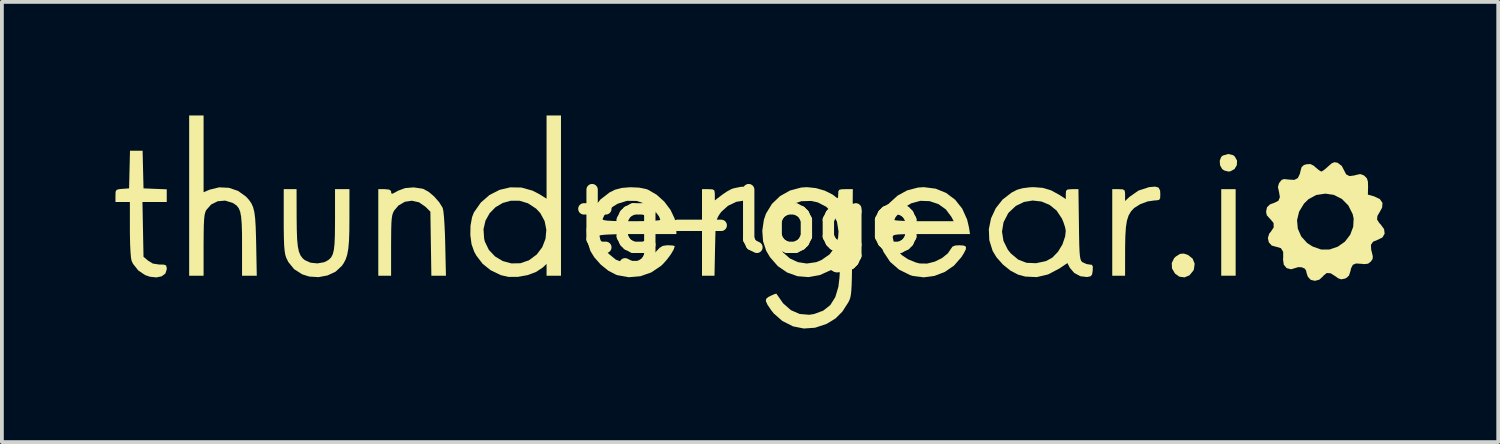
<source format=kicad_pcb>
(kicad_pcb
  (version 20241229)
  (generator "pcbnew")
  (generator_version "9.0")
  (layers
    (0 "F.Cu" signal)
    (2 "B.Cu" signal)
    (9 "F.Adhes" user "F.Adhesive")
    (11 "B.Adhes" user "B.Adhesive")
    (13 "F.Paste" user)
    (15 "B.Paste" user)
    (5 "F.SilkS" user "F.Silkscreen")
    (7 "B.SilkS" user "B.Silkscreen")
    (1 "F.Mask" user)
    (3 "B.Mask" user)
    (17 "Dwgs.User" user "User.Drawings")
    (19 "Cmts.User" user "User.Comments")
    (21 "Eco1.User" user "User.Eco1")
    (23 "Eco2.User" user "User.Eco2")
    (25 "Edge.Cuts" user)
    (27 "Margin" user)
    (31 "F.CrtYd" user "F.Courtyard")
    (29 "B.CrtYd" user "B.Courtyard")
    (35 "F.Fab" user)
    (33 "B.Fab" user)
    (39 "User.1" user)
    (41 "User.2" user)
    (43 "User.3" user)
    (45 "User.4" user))
  (footprint "tg-logo"
    (layer "F.Cu")
    (at 16.764 2.794)
    (property "Reference" "tg-logo" (at 0 0 0) (layer "F.SilkS") (effects (font (size 1.524 1.524) (thickness 0.3))))
    (attr board_only exclude_from_pos_files exclude_from_bom)
    (fp_poly (pts (xy 12.827 1.439) (xy 12.446 1.439) (xy 12.446 -0.847) (xy 12.827 -0.847)) (stroke (width 0) (type solid)) (fill yes) (layer "F.SilkS"))
    (fp_poly (pts (xy 12.76 -1.745) (xy 12.803 -1.711) (xy 12.864 -1.601) (xy 12.858 -1.481) (xy 12.797 -1.378) (xy 12.69 -1.319) (xy 12.636 -1.312) (xy 12.528 -1.34) (xy 12.47 -1.379) (xy 12.415 -1.479) (xy 12.407 -1.598) (xy 12.445 -1.699) (xy 12.486 -1.734) (xy 12.631 -1.776)) (stroke (width 0) (type solid)) (fill yes) (layer "F.SilkS"))
    (fp_poly (pts (xy 11.573 0.894) (xy 11.691 0.989) (xy 11.744 1.123) (xy 11.724 1.272) (xy 11.71 1.303) (xy 11.608 1.428) (xy 11.477 1.483) (xy 11.339 1.464) (xy 11.226 1.384) (xy 11.146 1.248) (xy 11.139 1.103) (xy 11.204 0.973) (xy 11.245 0.934) (xy 11.357 0.863) (xy 11.458 0.854)) (stroke (width 0) (type solid)) (fill yes) (layer "F.SilkS"))
    (fp_poly (pts (xy 10.792 -0.887) (xy 10.831 -0.81) (xy 10.837 -0.715) (xy 10.833 -0.609) (xy 10.803 -0.562) (xy 10.727 -0.551) (xy 10.688 -0.55) (xy 10.502 -0.523) (xy 10.308 -0.451) (xy 10.15 -0.352) (xy 10.145 -0.348) (xy 10.062 -0.259) (xy 10 -0.154) (xy 9.956 -0.019) (xy 9.928 0.159) (xy 9.913 0.393) (xy 9.907 0.697) (xy 9.907 0.751) (xy 9.906 1.439) (xy 9.567 1.439) (xy 9.567 -0.847) (xy 9.737 -0.847) (xy 9.845 -0.842) (xy 9.893 -0.814) (xy 9.906 -0.74) (xy 9.906 -0.691) (xy 9.906 -0.534) (xy 10.022 -0.643) (xy 10.259 -0.809) (xy 10.533 -0.898) (xy 10.554 -0.902) (xy 10.705 -0.914)) (stroke (width 0) (type solid)) (fill yes) (layer "F.SilkS"))
    (fp_poly (pts (xy -0.052 -0.904) (xy 0.012 -0.871) (xy 0.038 -0.799) (xy 0.042 -0.715) (xy 0.042 -0.55) (xy -0.135 -0.55) (xy -0.367 -0.512) (xy -0.584 -0.407) (xy -0.76 -0.249) (xy -0.797 -0.199) (xy -0.838 -0.134) (xy -0.868 -0.071) (xy -0.889 0.003) (xy -0.903 0.104) (xy -0.913 0.246) (xy -0.919 0.443) (xy -0.925 0.706) (xy -0.94 1.439) (xy -1.27 1.439) (xy -1.27 -0.847) (xy -1.101 -0.847) (xy -0.992 -0.842) (xy -0.944 -0.814) (xy -0.932 -0.742) (xy -0.931 -0.699) (xy -0.931 -0.551) (xy -0.738 -0.699) (xy -0.612 -0.785) (xy -0.496 -0.848) (xy -0.441 -0.868) (xy -0.316 -0.894) (xy -0.242 -0.909) (xy -0.12 -0.914)) (stroke (width 0) (type solid)) (fill yes) (layer "F.SilkS"))
    (fp_poly (pts (xy -16.023 -0.868) (xy -15.716 -0.855) (xy -15.409 -0.843) (xy -15.409 -0.508) (xy -16.051 -0.508) (xy -16.037 0.215) (xy -16.023 0.939) (xy -15.904 1.041) (xy -15.777 1.118) (xy -15.616 1.143) (xy -15.597 1.143) (xy -15.481 1.147) (xy -15.427 1.169) (xy -15.41 1.224) (xy -15.409 1.269) (xy -15.445 1.381) (xy -15.542 1.455) (xy -15.683 1.484) (xy -15.854 1.466) (xy -15.981 1.422) (xy -16.163 1.299) (xy -16.301 1.124) (xy -16.338 1.045) (xy -16.354 0.961) (xy -16.367 0.809) (xy -16.377 0.603) (xy -16.382 0.361) (xy -16.383 0.209) (xy -16.383 -0.508) (xy -16.764 -0.508) (xy -16.764 -0.675) (xy -16.76 -0.78) (xy -16.732 -0.83) (xy -16.656 -0.849) (xy -16.584 -0.855) (xy -16.404 -0.868) (xy -16.392 -1.365) (xy -16.38 -1.863) (xy -16.047 -1.863)) (stroke (width 0) (type solid)) (fill yes) (layer "F.SilkS"))
    (fp_poly (pts (xy -14.436 -0.766) (xy -14.277 -0.833) (xy -14.025 -0.895) (xy -13.767 -0.883) (xy -13.525 -0.801) (xy -13.319 -0.652) (xy -13.318 -0.652) (xy -13.237 -0.564) (xy -13.175 -0.475) (xy -13.129 -0.373) (xy -13.096 -0.245) (xy -13.074 -0.077) (xy -13.06 0.143) (xy -13.051 0.429) (xy -13.047 0.603) (xy -13.031 1.439) (xy -13.42 1.439) (xy -13.42 0.633) (xy -13.421 0.314) (xy -13.429 0.068) (xy -13.444 -0.116) (xy -13.469 -0.25) (xy -13.508 -0.345) (xy -13.562 -0.413) (xy -13.635 -0.465) (xy -13.672 -0.486) (xy -13.868 -0.545) (xy -14.063 -0.528) (xy -14.236 -0.442) (xy -14.366 -0.295) (xy -14.391 -0.239) (xy -14.41 -0.162) (xy -14.422 -0.051) (xy -14.43 0.107) (xy -14.434 0.325) (xy -14.436 0.614) (xy -14.436 0.631) (xy -14.436 1.439) (xy -14.817 1.439) (xy -14.817 -2.794) (xy -14.436 -2.794)) (stroke (width 0) (type solid)) (fill yes) (layer "F.SilkS"))
    (fp_poly (pts (xy -8.662 -0.861) (xy -8.624 -0.85) (xy -8.489 -0.776) (xy -8.344 -0.652) (xy -8.213 -0.503) (xy -8.122 -0.356) (xy -8.119 -0.347) (xy -8.102 -0.267) (xy -8.086 -0.115) (xy -8.072 0.095) (xy -8.06 0.35) (xy -8.053 0.603) (xy -8.034 1.439) (xy -8.419 1.439) (xy -8.432 0.593) (xy -8.445 -0.253) (xy -8.576 -0.383) (xy -8.746 -0.5) (xy -8.934 -0.542) (xy -9.121 -0.513) (xy -9.289 -0.415) (xy -9.4 -0.284) (xy -9.429 -0.228) (xy -9.451 -0.163) (xy -9.465 -0.075) (xy -9.475 0.05) (xy -9.48 0.225) (xy -9.482 0.462) (xy -9.483 0.646) (xy -9.483 1.439) (xy -9.821 1.439) (xy -9.821 -0.847) (xy -9.652 -0.847) (xy -9.534 -0.836) (xy -9.486 -0.801) (xy -9.483 -0.783) (xy -9.478 -0.736) (xy -9.45 -0.726) (xy -9.383 -0.758) (xy -9.299 -0.806) (xy -9.112 -0.875) (xy -8.888 -0.894)) (stroke (width 0) (type solid)) (fill yes) (layer "F.SilkS"))
    (fp_poly (pts (xy -11.978 -0.095) (xy -11.974 0.227) (xy -11.965 0.476) (xy -11.947 0.664) (xy -11.918 0.802) (xy -11.876 0.903) (xy -11.819 0.979) (xy -11.762 1.028) (xy -11.612 1.095) (xy -11.429 1.114) (xy -11.253 1.083) (xy -11.198 1.059) (xy -11.123 1.012) (xy -11.065 0.953) (xy -11.023 0.872) (xy -10.995 0.757) (xy -10.977 0.597) (xy -10.968 0.38) (xy -10.965 0.094) (xy -10.964 -0.04) (xy -10.964 -0.847) (xy -10.583 -0.847) (xy -10.584 -0.074) (xy -10.586 0.259) (xy -10.595 0.52) (xy -10.613 0.723) (xy -10.641 0.88) (xy -10.681 1.005) (xy -10.737 1.111) (xy -10.784 1.179) (xy -10.948 1.332) (xy -11.162 1.432) (xy -11.402 1.477) (xy -11.647 1.461) (xy -11.832 1.402) (xy -12.046 1.265) (xy -12.199 1.075) (xy -12.253 0.964) (xy -12.278 0.887) (xy -12.295 0.782) (xy -12.308 0.636) (xy -12.315 0.437) (xy -12.319 0.172) (xy -12.319 -0.02) (xy -12.319 -0.847) (xy -11.98 -0.847)) (stroke (width 0) (type solid)) (fill yes) (layer "F.SilkS"))
    (fp_poly (pts (xy -4.995 1.439) (xy -5.376 1.439) (xy -5.376 1.128) (xy -5.476 1.222) (xy -5.652 1.339) (xy -5.879 1.424) (xy -6.13 1.469) (xy -6.374 1.471) (xy -6.583 1.425) (xy -6.855 1.293) (xy -7.064 1.126) (xy -7.231 0.907) (xy -7.288 0.804) (xy -7.358 0.605) (xy -7.39 0.364) (xy -7.387 0.21) (xy -7.042 0.21) (xy -7.025 0.461) (xy -7.006 0.539) (xy -6.9 0.757) (xy -6.737 0.93) (xy -6.533 1.052) (xy -6.304 1.114) (xy -6.068 1.11) (xy -5.842 1.032) (xy -5.635 0.879) (xy -5.488 0.683) (xy -5.403 0.461) (xy -5.382 0.227) (xy -5.427 -0.003) (xy -5.541 -0.214) (xy -5.651 -0.332) (xy -5.867 -0.474) (xy -6.094 -0.542) (xy -6.319 -0.542) (xy -6.533 -0.483) (xy -6.724 -0.371) (xy -6.879 -0.213) (xy -6.989 -0.017) (xy -7.042 0.21) (xy -7.387 0.21) (xy -7.385 0.115) (xy -7.343 -0.111) (xy -7.295 -0.233) (xy -7.112 -0.494) (xy -6.883 -0.693) (xy -6.619 -0.828) (xy -6.334 -0.895) (xy -6.04 -0.89) (xy -5.749 -0.809) (xy -5.577 -0.721) (xy -5.376 -0.596) (xy -5.376 -2.794) (xy -4.995 -2.794)) (stroke (width 0) (type solid)) (fill yes) (layer "F.SilkS"))
    (fp_poly (pts (xy 4.903 -0.86) (xy 5.18 -0.747) (xy 5.417 -0.568) (xy 5.605 -0.331) (xy 5.734 -0.043) (xy 5.782 0.161) (xy 5.81 0.339) (xy 4.789 0.339) (xy 4.47 0.339) (xy 4.225 0.34) (xy 4.045 0.343) (xy 3.919 0.349) (xy 3.839 0.358) (xy 3.794 0.372) (xy 3.773 0.391) (xy 3.768 0.415) (xy 3.768 0.425) (xy 3.792 0.537) (xy 3.854 0.678) (xy 3.935 0.812) (xy 4.007 0.894) (xy 4.176 1.007) (xy 4.385 1.092) (xy 4.482 1.116) (xy 4.675 1.119) (xy 4.88 1.067) (xy 5.071 0.973) (xy 5.225 0.848) (xy 5.301 0.736) (xy 5.347 0.67) (xy 5.421 0.641) (xy 5.531 0.635) (xy 5.647 0.643) (xy 5.703 0.674) (xy 5.701 0.74) (xy 5.642 0.854) (xy 5.58 0.951) (xy 5.387 1.172) (xy 5.146 1.338) (xy 4.874 1.443) (xy 4.588 1.482) (xy 4.307 1.447) (xy 4.228 1.423) (xy 3.933 1.277) (xy 3.698 1.071) (xy 3.525 0.81) (xy 3.443 0.596) (xy 3.398 0.3) (xy 3.429 0.015) (xy 3.446 -0.033) (xy 3.81 -0.033) (xy 3.85 -0.022) (xy 3.962 -0.013) (xy 4.132 -0.006) (xy 4.347 -0.002) (xy 4.594 0) (xy 5.379 0) (xy 5.318 -0.116) (xy 5.171 -0.313) (xy 4.974 -0.453) (xy 4.744 -0.53) (xy 4.5 -0.539) (xy 4.257 -0.473) (xy 4.252 -0.47) (xy 4.146 -0.405) (xy 4.028 -0.309) (xy 3.92 -0.201) (xy 3.84 -0.102) (xy 3.81 -0.033) (xy 3.446 -0.033) (xy 3.527 -0.251) (xy 3.686 -0.485) (xy 3.896 -0.676) (xy 4.149 -0.815) (xy 4.437 -0.89) (xy 4.593 -0.9)) (stroke (width 0) (type solid)) (fill yes) (layer "F.SilkS"))
    (fp_poly (pts (xy 7.735 -0.881) (xy 7.949 -0.817) (xy 8.171 -0.696) (xy 8.202 -0.676) (xy 8.34 -0.584) (xy 8.34 -0.716) (xy 8.346 -0.8) (xy 8.382 -0.837) (xy 8.471 -0.846) (xy 8.507 -0.847) (xy 8.674 -0.847) (xy 8.687 0.088) (xy 8.691 0.394) (xy 8.696 0.627) (xy 8.703 0.796) (xy 8.713 0.915) (xy 8.726 0.993) (xy 8.743 1.041) (xy 8.767 1.071) (xy 8.782 1.083) (xy 8.891 1.132) (xy 8.964 1.143) (xy 9.029 1.152) (xy 9.054 1.197) (xy 9.051 1.3) (xy 9.051 1.302) (xy 9.035 1.407) (xy 8.994 1.455) (xy 8.905 1.473) (xy 8.903 1.474) (xy 8.725 1.453) (xy 8.564 1.367) (xy 8.449 1.234) (xy 8.447 1.23) (xy 8.383 1.106) (xy 8.168 1.25) (xy 7.873 1.405) (xy 7.573 1.476) (xy 7.27 1.462) (xy 7.083 1.412) (xy 6.881 1.307) (xy 6.68 1.145) (xy 6.509 0.952) (xy 6.408 0.785) (xy 6.319 0.5) (xy 6.31 0.274) (xy 6.655 0.274) (xy 6.693 0.519) (xy 6.809 0.752) (xy 6.887 0.85) (xy 7.081 1.012) (xy 7.301 1.098) (xy 7.554 1.109) (xy 7.818 1.053) (xy 7.984 0.962) (xy 8.133 0.808) (xy 8.251 0.614) (xy 8.323 0.401) (xy 8.339 0.254) (xy 8.321 0.157) (xy 8.276 0.021) (xy 8.237 -0.071) (xy 8.097 -0.282) (xy 7.911 -0.432) (xy 7.696 -0.521) (xy 7.465 -0.547) (xy 7.235 -0.509) (xy 7.02 -0.404) (xy 6.837 -0.233) (xy 6.814 -0.203) (xy 6.695 0.029) (xy 6.655 0.274) (xy 6.31 0.274) (xy 6.307 0.208) (xy 6.366 -0.078) (xy 6.49 -0.344) (xy 6.673 -0.575) (xy 6.912 -0.759) (xy 7.055 -0.832) (xy 7.2 -0.872) (xy 7.386 -0.896) (xy 7.493 -0.9)) (stroke (width 0) (type solid)) (fill yes) (layer "F.SilkS"))
    (fp_poly (pts (xy -2.935 -0.888) (xy -2.738 -0.848) (xy -2.695 -0.832) (xy -2.468 -0.7) (xy -2.265 -0.517) (xy -2.102 -0.3) (xy -1.992 -0.069) (xy -1.948 0.159) (xy -1.947 0.176) (xy -1.947 0.339) (xy -2.963 0.339) (xy -3.329 0.34) (xy -3.615 0.346) (xy -3.819 0.355) (xy -3.941 0.367) (xy -3.979 0.382) (xy -3.956 0.483) (xy -3.895 0.618) (xy -3.815 0.756) (xy -3.734 0.861) (xy -3.548 1.014) (xy -3.34 1.095) (xy -3.133 1.114) (xy -2.902 1.09) (xy -2.71 1.008) (xy -2.534 0.858) (xy -2.487 0.805) (xy -2.389 0.702) (xy -2.306 0.651) (xy -2.203 0.636) (xy -2.166 0.635) (xy -2.057 0.64) (xy -1.995 0.652) (xy -1.99 0.658) (xy -2.017 0.745) (xy -2.089 0.868) (xy -2.189 1.004) (xy -2.3 1.13) (xy -2.35 1.177) (xy -2.609 1.352) (xy -2.898 1.453) (xy -3.203 1.479) (xy -3.506 1.425) (xy -3.542 1.412) (xy -3.745 1.307) (xy -3.945 1.145) (xy -4.116 0.952) (xy -4.218 0.785) (xy -4.306 0.5) (xy -4.319 0.208) (xy -4.266 -0.049) (xy -3.895 -0.049) (xy -3.867 -0.03) (xy -3.778 -0.016) (xy -3.623 -0.007) (xy -3.395 -0.001) (xy -3.133 0) (xy -2.889 -0.002) (xy -2.678 -0.007) (xy -2.512 -0.015) (xy -2.405 -0.025) (xy -2.371 -0.036) (xy -2.403 -0.124) (xy -2.486 -0.235) (xy -2.599 -0.347) (xy -2.722 -0.437) (xy -2.748 -0.452) (xy -2.994 -0.536) (xy -3.251 -0.539) (xy -3.501 -0.461) (xy -3.631 -0.38) (xy -3.753 -0.272) (xy -3.848 -0.16) (xy -3.893 -0.064) (xy -3.895 -0.049) (xy -4.266 -0.049) (xy -4.26 -0.078) (xy -4.136 -0.344) (xy -3.952 -0.575) (xy -3.714 -0.759) (xy -3.57 -0.832) (xy -3.388 -0.88) (xy -3.164 -0.898)) (stroke (width 0) (type solid)) (fill yes) (layer "F.SilkS"))
    (fp_poly (pts (xy 1.74 -0.875) (xy 1.975 -0.807) (xy 2.175 -0.707) (xy 2.253 -0.648) (xy 2.305 -0.608) (xy 2.325 -0.628) (xy 2.328 -0.713) (xy 2.333 -0.795) (xy 2.363 -0.834) (xy 2.441 -0.846) (xy 2.521 -0.847) (xy 2.714 -0.847) (xy 2.701 0.561) (xy 2.697 0.944) (xy 2.693 1.253) (xy 2.689 1.495) (xy 2.683 1.682) (xy 2.675 1.823) (xy 2.665 1.926) (xy 2.651 2.003) (xy 2.633 2.062) (xy 2.611 2.112) (xy 2.595 2.143) (xy 2.439 2.386) (xy 2.259 2.567) (xy 2.032 2.706) (xy 2.013 2.715) (xy 1.718 2.813) (xy 1.42 2.834) (xy 1.134 2.777) (xy 1.131 2.775) (xy 0.852 2.635) (xy 0.624 2.434) (xy 0.557 2.349) (xy 0.461 2.207) (xy 0.417 2.113) (xy 0.424 2.051) (xy 0.482 2.002) (xy 0.538 1.973) (xy 0.634 1.93) (xy 0.69 1.913) (xy 0.695 1.914) (xy 0.874 2.17) (xy 1.08 2.35) (xy 1.311 2.45) (xy 1.563 2.471) (xy 1.692 2.451) (xy 1.933 2.362) (xy 2.119 2.215) (xy 2.251 2.005) (xy 2.333 1.731) (xy 2.361 1.494) (xy 2.383 1.142) (xy 2.139 1.289) (xy 1.843 1.422) (xy 1.544 1.476) (xy 1.252 1.452) (xy 0.978 1.354) (xy 0.732 1.185) (xy 0.525 0.948) (xy 0.425 0.778) (xy 0.343 0.528) (xy 0.332 0.379) (xy 0.687 0.379) (xy 0.749 0.624) (xy 0.874 0.827) (xy 1.05 0.982) (xy 1.263 1.081) (xy 1.499 1.117) (xy 1.744 1.082) (xy 1.884 1.026) (xy 2.099 0.877) (xy 2.248 0.676) (xy 2.326 0.432) (xy 2.337 0.271) (xy 2.296 0.014) (xy 2.184 -0.208) (xy 2.012 -0.382) (xy 1.79 -0.497) (xy 1.616 -0.536) (xy 1.354 -0.529) (xy 1.12 -0.449) (xy 0.926 -0.308) (xy 0.782 -0.116) (xy 0.699 0.118) (xy 0.687 0.379) (xy 0.332 0.379) (xy 0.323 0.248) (xy 0.364 -0.035) (xy 0.421 -0.201) (xy 0.578 -0.459) (xy 0.795 -0.666) (xy 1.057 -0.812) (xy 1.35 -0.89) (xy 1.503 -0.9)) (stroke (width 0) (type solid)) (fill yes) (layer "F.SilkS"))
    (fp_poly (pts (xy 15.514 -1.546) (xy 15.522 -1.543) (xy 15.631 -1.46) (xy 15.685 -1.355) (xy 15.745 -1.239) (xy 15.834 -1.192) (xy 15.967 -1.21) (xy 16.008 -1.223) (xy 16.117 -1.246) (xy 16.204 -1.216) (xy 16.233 -1.195) (xy 16.294 -1.133) (xy 16.321 -1.046) (xy 16.325 -0.913) (xy 16.32 -0.703) (xy 16.489 -0.655) (xy 16.636 -0.585) (xy 16.706 -0.484) (xy 16.696 -0.359) (xy 16.643 -0.263) (xy 16.571 -0.139) (xy 16.563 -0.044) (xy 16.622 0.048) (xy 16.658 0.085) (xy 16.748 0.208) (xy 16.763 0.328) (xy 16.706 0.427) (xy 16.585 0.488) (xy 16.458 0.54) (xy 16.401 0.623) (xy 16.407 0.752) (xy 16.422 0.81) (xy 16.45 0.926) (xy 16.444 0.999) (xy 16.399 1.064) (xy 16.397 1.066) (xy 16.326 1.121) (xy 16.229 1.133) (xy 16.151 1.125) (xy 16.008 1.116) (xy 15.924 1.15) (xy 15.877 1.24) (xy 15.859 1.319) (xy 15.82 1.437) (xy 15.746 1.502) (xy 15.71 1.516) (xy 15.615 1.535) (xy 15.533 1.506) (xy 15.468 1.458) (xy 15.337 1.375) (xy 15.234 1.368) (xy 15.147 1.437) (xy 15.13 1.46) (xy 15.037 1.544) (xy 14.921 1.574) (xy 14.811 1.549) (xy 14.736 1.469) (xy 14.731 1.458) (xy 14.7 1.364) (xy 14.69 1.311) (xy 14.654 1.252) (xy 14.57 1.216) (xy 14.474 1.213) (xy 14.438 1.226) (xy 14.292 1.269) (xy 14.174 1.239) (xy 14.098 1.147) (xy 14.078 1.001) (xy 14.083 0.962) (xy 14.082 0.808) (xy 14.023 0.712) (xy 13.909 0.677) (xy 13.904 0.677) (xy 13.781 0.643) (xy 13.703 0.557) (xy 13.678 0.443) (xy 13.715 0.325) (xy 13.758 0.275) (xy 13.832 0.163) (xy 13.828 0.047) (xy 13.767 -0.028) (xy 14.449 -0.028) (xy 14.469 0.195) (xy 14.558 0.401) (xy 14.715 0.575) (xy 14.858 0.667) (xy 15.085 0.747) (xy 15.303 0.748) (xy 15.526 0.672) (xy 15.714 0.539) (xy 15.853 0.358) (xy 15.932 0.147) (xy 15.944 -0.072) (xy 15.918 -0.189) (xy 15.803 -0.417) (xy 15.633 -0.589) (xy 15.42 -0.696) (xy 15.198 -0.729) (xy 14.955 -0.693) (xy 14.75 -0.581) (xy 14.632 -0.465) (xy 14.503 -0.253) (xy 14.449 -0.028) (xy 13.767 -0.028) (xy 13.747 -0.053) (xy 13.737 -0.06) (xy 13.649 -0.159) (xy 13.631 -0.25) (xy 13.655 -0.369) (xy 13.736 -0.446) (xy 13.851 -0.487) (xy 13.957 -0.541) (xy 13.996 -0.636) (xy 13.971 -0.782) (xy 13.969 -0.787) (xy 13.944 -0.903) (xy 13.969 -0.995) (xy 13.99 -1.029) (xy 14.044 -1.094) (xy 14.111 -1.114) (xy 14.225 -1.101) (xy 14.375 -1.092) (xy 14.469 -1.139) (xy 14.524 -1.254) (xy 14.538 -1.32) (xy 14.569 -1.429) (xy 14.628 -1.483) (xy 14.695 -1.504) (xy 14.8 -1.511) (xy 14.89 -1.466) (xy 14.939 -1.422) (xy 15.024 -1.351) (xy 15.085 -1.314) (xy 15.092 -1.312) (xy 15.143 -1.34) (xy 15.227 -1.408) (xy 15.27 -1.448) (xy 15.365 -1.53) (xy 15.436 -1.559)) (stroke (width 0) (type solid)) (fill yes) (layer "F.SilkS")))
  (gr_rect
    (start -3 -3)
    (end 36.527 8.628)
    (stroke (width 0.1) (type default))
    (fill no)
    (layer "Edge.Cuts")))
</source>
